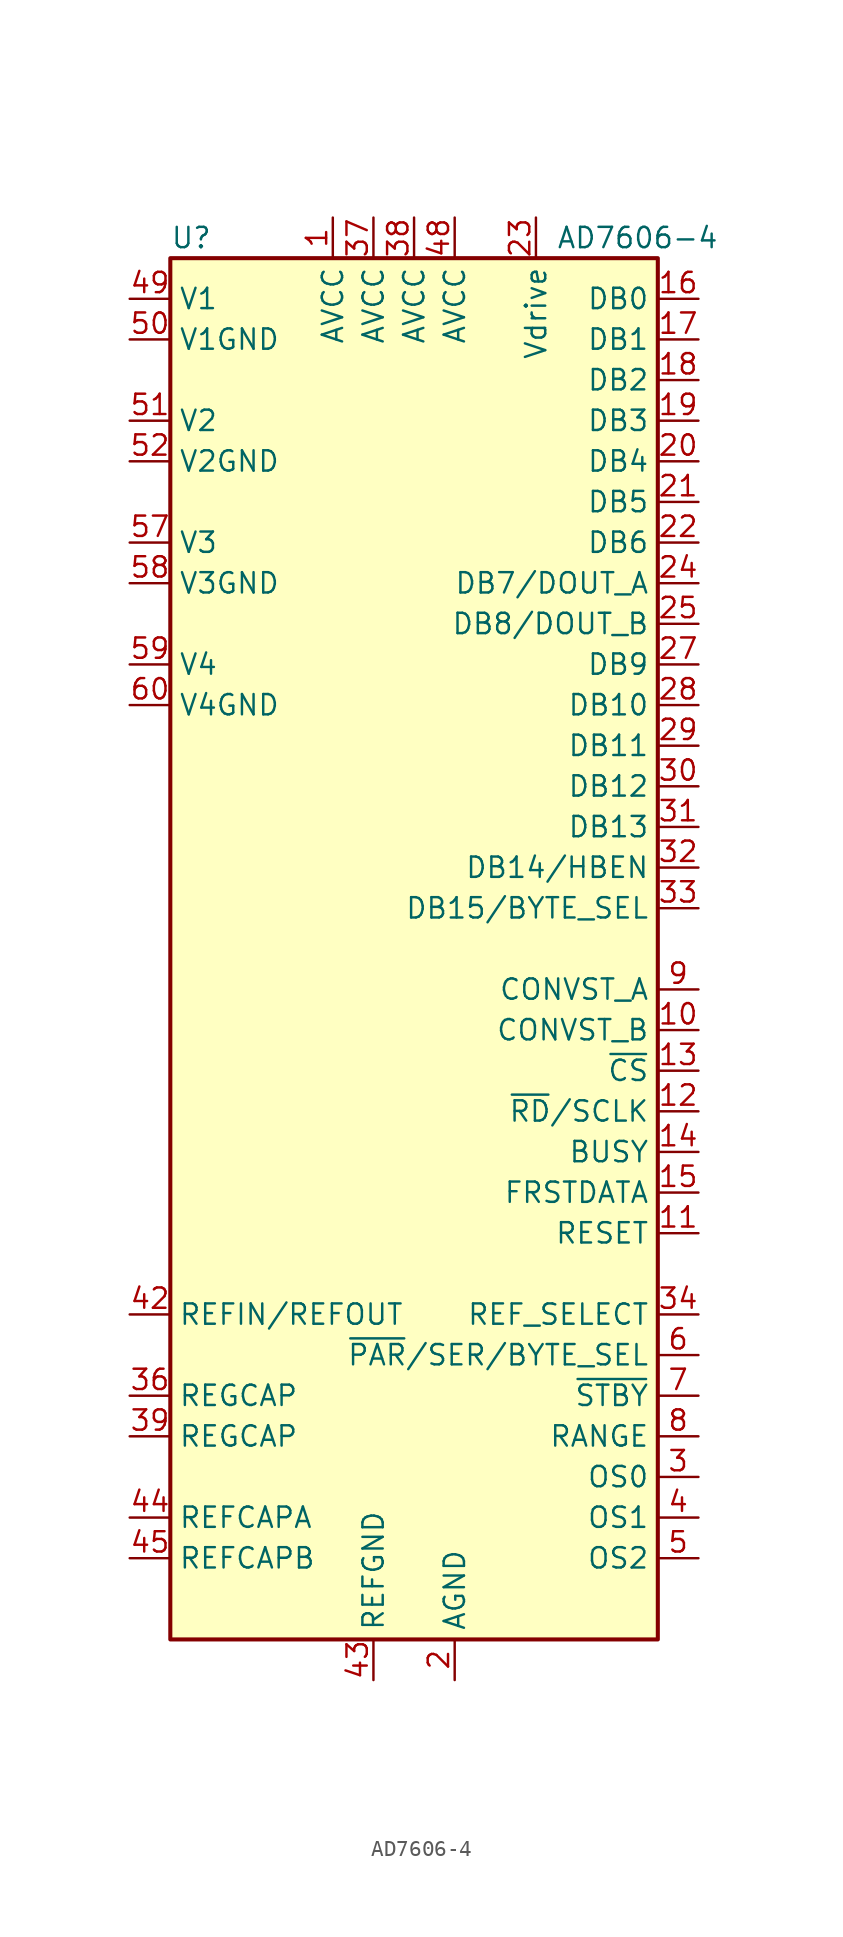
<source format=kicad_sym>
(kicad_symbol_lib
  (version 20220914)
  (generator kicad_symbol_editor)
  (symbol "AD7606-4"
    (property "Reference" "U"
      (at -15.24 44.45 0)
      (effects (font (size 1.27 1.27)) (justify left)))
    (property "Value" "AD7606-4"
      (at 8.89 44.45 0)
      (effects (font (size 1.27 1.27)) (justify left)))
    (symbol "AD7606-4_1_1"
      (rectangle (start -15.24 43.18) (end 15.24 -43.18) (stroke (width 0.254) (type default)) (fill (type background)))
      (pin power_in line (at -5.08 45.72 270) (length 2.54) (name "AVCC" (effects (font (size 1.27 1.27)))) (number "1" (effects (font (size 1.27 1.27)))))
      (pin input line (at 17.78 -5.08 180) (length 2.54) (name "CONVST_B" (effects (font (size 1.27 1.27)))) (number "10" (effects (font (size 1.27 1.27)))))
      (pin input line (at 17.78 -17.78 180) (length 2.54) (name "RESET" (effects (font (size 1.27 1.27)))) (number "11" (effects (font (size 1.27 1.27)))))
      (pin input line (at 17.78 -10.16 180) (length 2.54) (name "~{RD}/SCLK" (effects (font (size 1.27 1.27)))) (number "12" (effects (font (size 1.27 1.27)))))
      (pin input line (at 17.78 -7.62 180) (length 2.54) (name "~{CS}" (effects (font (size 1.27 1.27)))) (number "13" (effects (font (size 1.27 1.27)))))
      (pin output line (at 17.78 -12.7 180) (length 2.54) (name "BUSY" (effects (font (size 1.27 1.27)))) (number "14" (effects (font (size 1.27 1.27)))))
      (pin output line (at 17.78 -15.24 180) (length 2.54) (name "FRSTDATA" (effects (font (size 1.27 1.27)))) (number "15" (effects (font (size 1.27 1.27)))))
      (pin output line (at 17.78 40.64 180) (length 2.54) (name "DB0" (effects (font (size 1.27 1.27)))) (number "16" (effects (font (size 1.27 1.27)))))
      (pin output line (at 17.78 38.1 180) (length 2.54) (name "DB1" (effects (font (size 1.27 1.27)))) (number "17" (effects (font (size 1.27 1.27)))))
      (pin output line (at 17.78 35.56 180) (length 2.54) (name "DB2" (effects (font (size 1.27 1.27)))) (number "18" (effects (font (size 1.27 1.27)))))
      (pin output line (at 17.78 33.02 180) (length 2.54) (name "DB3" (effects (font (size 1.27 1.27)))) (number "19" (effects (font (size 1.27 1.27)))))
      (pin power_in line (at 2.54 -45.72 90) (length 2.54) (name "AGND" (effects (font (size 1.27 1.27)))) (number "2" (effects (font (size 1.27 1.27)))))
      (pin output line (at 17.78 30.48 180) (length 2.54) (name "DB4" (effects (font (size 1.27 1.27)))) (number "20" (effects (font (size 1.27 1.27)))))
      (pin output line (at 17.78 27.94 180) (length 2.54) (name "DB5" (effects (font (size 1.27 1.27)))) (number "21" (effects (font (size 1.27 1.27)))))
      (pin output line (at 17.78 25.4 180) (length 2.54) (name "DB6" (effects (font (size 1.27 1.27)))) (number "22" (effects (font (size 1.27 1.27)))))
      (pin power_in line (at 7.62 45.72 270) (length 2.54) (name "Vdrive" (effects (font (size 1.27 1.27)))) (number "23" (effects (font (size 1.27 1.27)))))
      (pin output line (at 17.78 22.86 180) (length 2.54) (name "DB7/DOUT_A" (effects (font (size 1.27 1.27)))) (number "24" (effects (font (size 1.27 1.27)))))
      (pin output line (at 17.78 20.32 180) (length 2.54) (name "DB8/DOUT_B" (effects (font (size 1.27 1.27)))) (number "25" (effects (font (size 1.27 1.27)))))
      (pin passive line (at 2.54 -45.72 90) (length 2.54) hide (name "AGND" (effects (font (size 1.27 1.27)))) (number "26" (effects (font (size 1.27 1.27)))))
      (pin output line (at 17.78 17.78 180) (length 2.54) (name "DB9" (effects (font (size 1.27 1.27)))) (number "27" (effects (font (size 1.27 1.27)))))
      (pin output line (at 17.78 15.24 180) (length 2.54) (name "DB10" (effects (font (size 1.27 1.27)))) (number "28" (effects (font (size 1.27 1.27)))))
      (pin output line (at 17.78 12.7 180) (length 2.54) (name "DB11" (effects (font (size 1.27 1.27)))) (number "29" (effects (font (size 1.27 1.27)))))
      (pin input line (at 17.78 -33.02 180) (length 2.54) (name "OS0" (effects (font (size 1.27 1.27)))) (number "3" (effects (font (size 1.27 1.27)))))
      (pin output line (at 17.78 10.16 180) (length 2.54) (name "DB12" (effects (font (size 1.27 1.27)))) (number "30" (effects (font (size 1.27 1.27)))))
      (pin output line (at 17.78 7.62 180) (length 2.54) (name "DB13" (effects (font (size 1.27 1.27)))) (number "31" (effects (font (size 1.27 1.27)))))
      (pin bidirectional line (at 17.78 5.08 180) (length 2.54) (name "DB14/HBEN" (effects (font (size 1.27 1.27)))) (number "32" (effects (font (size 1.27 1.27)))))
      (pin bidirectional line (at 17.78 2.54 180) (length 2.54) (name "DB15/BYTE_SEL" (effects (font (size 1.27 1.27)))) (number "33" (effects (font (size 1.27 1.27)))))
      (pin input line (at 17.78 -22.86 180) (length 2.54) (name "REF_SELECT" (effects (font (size 1.27 1.27)))) (number "34" (effects (font (size 1.27 1.27)))))
      (pin passive line (at 2.54 -45.72 90) (length 2.54) hide (name "AGND" (effects (font (size 1.27 1.27)))) (number "35" (effects (font (size 1.27 1.27)))))
      (pin passive line (at -17.78 -27.94 0) (length 2.54) (name "REGCAP" (effects (font (size 1.27 1.27)))) (number "36" (effects (font (size 1.27 1.27)))))
      (pin power_in line (at -2.54 45.72 270) (length 2.54) (name "AVCC" (effects (font (size 1.27 1.27)))) (number "37" (effects (font (size 1.27 1.27)))))
      (pin power_in line (at 0 45.72 270) (length 2.54) (name "AVCC" (effects (font (size 1.27 1.27)))) (number "38" (effects (font (size 1.27 1.27)))))
      (pin passive line (at -17.78 -30.48 0) (length 2.54) (name "REGCAP" (effects (font (size 1.27 1.27)))) (number "39" (effects (font (size 1.27 1.27)))))
      (pin input line (at 17.78 -35.56 180) (length 2.54) (name "OS1" (effects (font (size 1.27 1.27)))) (number "4" (effects (font (size 1.27 1.27)))))
      (pin passive line (at 2.54 -45.72 90) (length 2.54) hide (name "AGND" (effects (font (size 1.27 1.27)))) (number "40" (effects (font (size 1.27 1.27)))))
      (pin passive line (at 2.54 -45.72 90) (length 2.54) hide (name "AGND" (effects (font (size 1.27 1.27)))) (number "41" (effects (font (size 1.27 1.27)))))
      (pin passive line (at -17.78 -22.86 0) (length 2.54) (name "REFIN/REFOUT" (effects (font (size 1.27 1.27)))) (number "42" (effects (font (size 1.27 1.27)))))
      (pin power_in line (at -2.54 -45.72 90) (length 2.54) (name "REFGND" (effects (font (size 1.27 1.27)))) (number "43" (effects (font (size 1.27 1.27)))))
      (pin passive line (at -17.78 -35.56 0) (length 2.54) (name "REFCAPA" (effects (font (size 1.27 1.27)))) (number "44" (effects (font (size 1.27 1.27)))))
      (pin passive line (at -17.78 -38.1 0) (length 2.54) (name "REFCAPB" (effects (font (size 1.27 1.27)))) (number "45" (effects (font (size 1.27 1.27)))))
      (pin passive line (at -2.54 -45.72 90) (length 2.54) hide (name "REFGND" (effects (font (size 1.27 1.27)))) (number "46" (effects (font (size 1.27 1.27)))))
      (pin passive line (at 2.54 -45.72 90) (length 2.54) hide (name "AGND" (effects (font (size 1.27 1.27)))) (number "47" (effects (font (size 1.27 1.27)))))
      (pin power_in line (at 2.54 45.72 270) (length 2.54) (name "AVCC" (effects (font (size 1.27 1.27)))) (number "48" (effects (font (size 1.27 1.27)))))
      (pin input line (at -17.78 40.64 0) (length 2.54) (name "V1" (effects (font (size 1.27 1.27)))) (number "49" (effects (font (size 1.27 1.27)))))
      (pin input line (at 17.78 -38.1 180) (length 2.54) (name "OS2" (effects (font (size 1.27 1.27)))) (number "5" (effects (font (size 1.27 1.27)))))
      (pin input line (at -17.78 38.1 0) (length 2.54) (name "V1GND" (effects (font (size 1.27 1.27)))) (number "50" (effects (font (size 1.27 1.27)))))
      (pin input line (at -17.78 33.02 0) (length 2.54) (name "V2" (effects (font (size 1.27 1.27)))) (number "51" (effects (font (size 1.27 1.27)))))
      (pin input line (at -17.78 30.48 0) (length 2.54) (name "V2GND" (effects (font (size 1.27 1.27)))) (number "52" (effects (font (size 1.27 1.27)))))
      (pin passive line (at 2.54 -45.72 90) (length 2.54) hide (name "AGND" (effects (font (size 1.27 1.27)))) (number "53" (effects (font (size 1.27 1.27)))))
      (pin passive line (at 2.54 -45.72 90) (length 2.54) hide (name "AGND" (effects (font (size 1.27 1.27)))) (number "54" (effects (font (size 1.27 1.27)))))
      (pin passive line (at 2.54 -45.72 90) (length 2.54) hide (name "AGND" (effects (font (size 1.27 1.27)))) (number "55" (effects (font (size 1.27 1.27)))))
      (pin passive line (at 2.54 -45.72 90) (length 2.54) hide (name "AGND" (effects (font (size 1.27 1.27)))) (number "56" (effects (font (size 1.27 1.27)))))
      (pin input line (at -17.78 25.4 0) (length 2.54) (name "V3" (effects (font (size 1.27 1.27)))) (number "57" (effects (font (size 1.27 1.27)))))
      (pin input line (at -17.78 22.86 0) (length 2.54) (name "V3GND" (effects (font (size 1.27 1.27)))) (number "58" (effects (font (size 1.27 1.27)))))
      (pin input line (at -17.78 17.78 0) (length 2.54) (name "V4" (effects (font (size 1.27 1.27)))) (number "59" (effects (font (size 1.27 1.27)))))
      (pin input line (at 17.78 -25.4 180) (length 2.54) (name "~{PAR}/SER/BYTE_SEL" (effects (font (size 1.27 1.27)))) (number "6" (effects (font (size 1.27 1.27)))))
      (pin input line (at -17.78 15.24 0) (length 2.54) (name "V4GND" (effects (font (size 1.27 1.27)))) (number "60" (effects (font (size 1.27 1.27)))))
      (pin passive line (at 2.54 -45.72 90) (length 2.54) hide (name "AGND" (effects (font (size 1.27 1.27)))) (number "61" (effects (font (size 1.27 1.27)))))
      (pin passive line (at 2.54 -45.72 90) (length 2.54) hide (name "AGND" (effects (font (size 1.27 1.27)))) (number "62" (effects (font (size 1.27 1.27)))))
      (pin passive line (at 2.54 -45.72 90) (length 2.54) hide (name "AGND" (effects (font (size 1.27 1.27)))) (number "63" (effects (font (size 1.27 1.27)))))
      (pin passive line (at 2.54 -45.72 90) (length 2.54) hide (name "AGND" (effects (font (size 1.27 1.27)))) (number "64" (effects (font (size 1.27 1.27)))))
      (pin input line (at 17.78 -27.94 180) (length 2.54) (name "~{STBY}" (effects (font (size 1.27 1.27)))) (number "7" (effects (font (size 1.27 1.27)))))
      (pin input line (at 17.78 -30.48 180) (length 2.54) (name "RANGE" (effects (font (size 1.27 1.27)))) (number "8" (effects (font (size 1.27 1.27)))))
      (pin input line (at 17.78 -2.54 180) (length 2.54) (name "CONVST_A" (effects (font (size 1.27 1.27)))) (number "9" (effects (font (size 1.27 1.27))))))))
</source>
